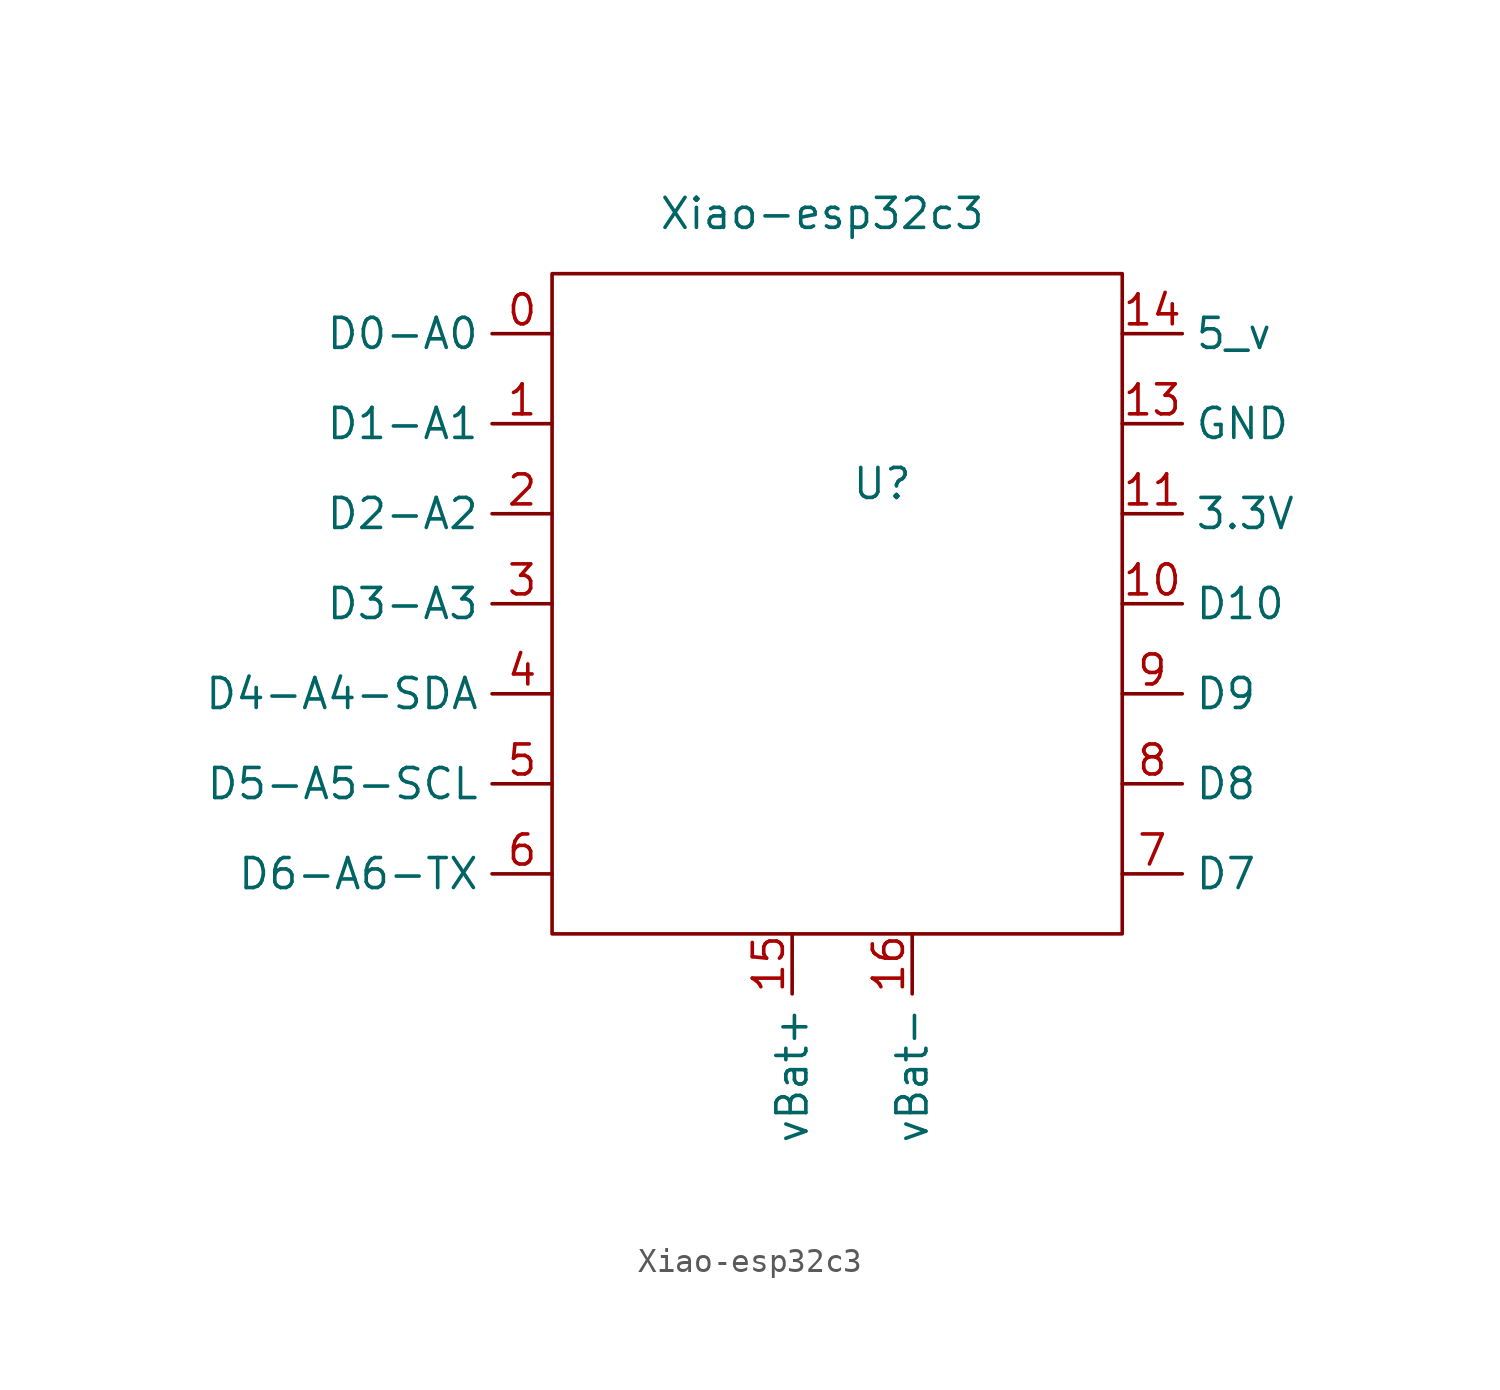
<source format=kicad_sym>
(kicad_symbol_lib
  (version 20211014)
  (generator kicad_symbol_editor)
  (symbol "Xiao-esp32c3"
    (property "Reference" "U"
      (at 2.54 0 0)
      (effects (font (size 1.27 1.27))))
    (property "Value" "Xiao-esp32c3"
      (at 0 11.43 0)
      (effects (font (size 1.27 1.27))))
    (symbol "Xiao-esp32c3_0_1"
      (rectangle (start -11.43 8.89) (end 12.7 -19.05) (stroke (width 0) (type default) (color 0 0 0 0)) (fill (type none))))
    (symbol "Xiao-esp32c3_1_1"
      (pin output line (at -11.43 6.35 180) (length 2.54) (name "D0-A0" (effects (font (size 1.27 1.27)))) (number "0" (effects (font (size 1.27 1.27)))))
      (pin output line (at -11.43 2.54 180) (length 2.54) (name "D1-A1" (effects (font (size 1.27 1.27)))) (number "1" (effects (font (size 1.27 1.27)))))
      (pin output line (at 12.7 -5.08 0) (length 2.54) (name "D10" (effects (font (size 1.27 1.27)))) (number "10" (effects (font (size 1.27 1.27)))))
      (pin power_out line (at 12.7 -1.27 0) (length 2.54) (name "3.3V" (effects (font (size 1.27 1.27)))) (number "11" (effects (font (size 1.27 1.27)))))
      (pin power_in line (at 12.7 2.54 0) (length 2.54) (name "GND" (effects (font (size 1.27 1.27)))) (number "13" (effects (font (size 1.27 1.27)))))
      (pin power_out line (at 12.7 6.35 0) (length 2.54) (name "5_v" (effects (font (size 1.27 1.27)))) (number "14" (effects (font (size 1.27 1.27)))))
      (pin power_in line (at -1.27 -19.05 270) (length 2.54) (name "vBat+" (effects (font (size 1.27 1.27)))) (number "15" (effects (font (size 1.27 1.27)))))
      (pin power_out line (at 3.81 -19.05 270) (length 2.54) (name "vBat-" (effects (font (size 1.27 1.27)))) (number "16" (effects (font (size 1.27 1.27)))))
      (pin output line (at -11.43 -1.27 180) (length 2.54) (name "D2-A2" (effects (font (size 1.27 1.27)))) (number "2" (effects (font (size 1.27 1.27)))))
      (pin output line (at -11.43 -5.08 180) (length 2.54) (name "D3-A3" (effects (font (size 1.27 1.27)))) (number "3" (effects (font (size 1.27 1.27)))))
      (pin output line (at -11.43 -8.89 180) (length 2.54) (name "D4-A4-SDA" (effects (font (size 1.27 1.27)))) (number "4" (effects (font (size 1.27 1.27)))))
      (pin output line (at -11.43 -12.7 180) (length 2.54) (name "D5-A5-SCL" (effects (font (size 1.27 1.27)))) (number "5" (effects (font (size 1.27 1.27)))))
      (pin output line (at -11.43 -16.51 180) (length 2.54) (name "D6-A6-TX" (effects (font (size 1.27 1.27)))) (number "6" (effects (font (size 1.27 1.27)))))
      (pin output line (at 12.7 -16.51 0) (length 2.54) (name "D7" (effects (font (size 1.27 1.27)))) (number "7" (effects (font (size 1.27 1.27)))))
      (pin output line (at 12.7 -12.7 0) (length 2.54) (name "D8" (effects (font (size 1.27 1.27)))) (number "8" (effects (font (size 1.27 1.27)))))
      (pin output line (at 12.7 -8.89 0) (length 2.54) (name "D9" (effects (font (size 1.27 1.27)))) (number "9" (effects (font (size 1.27 1.27))))))))
</source>
